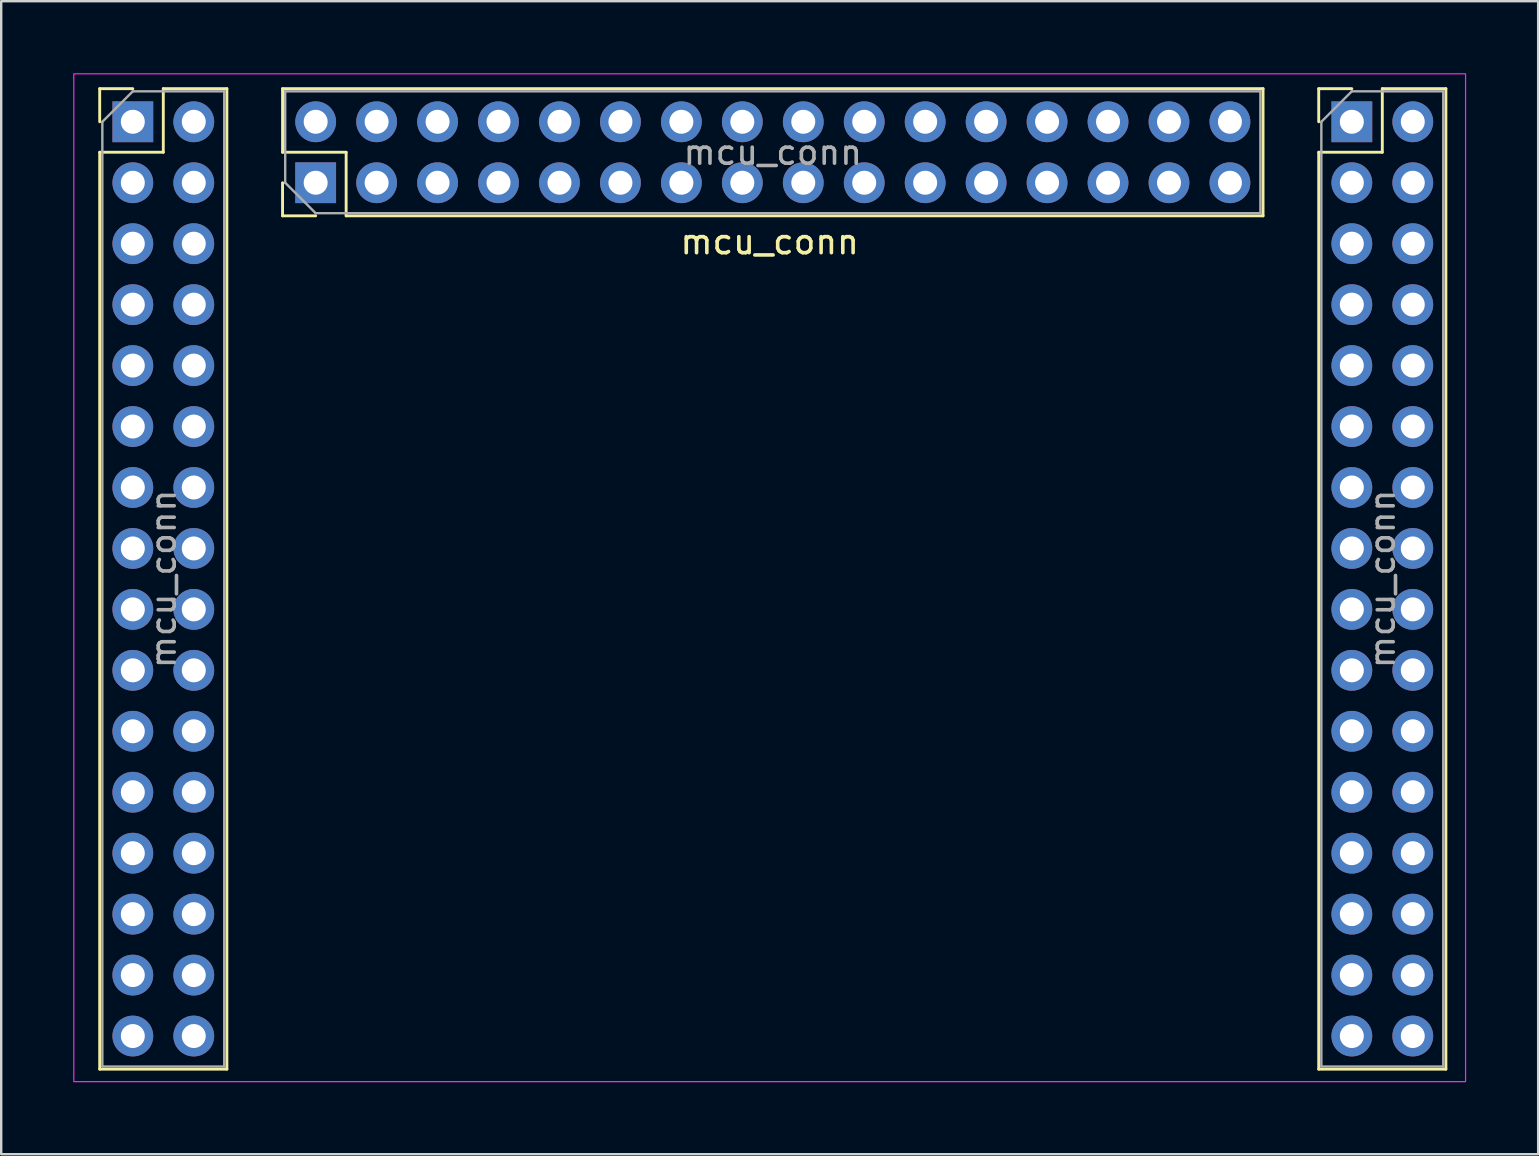
<source format=kicad_pcb>
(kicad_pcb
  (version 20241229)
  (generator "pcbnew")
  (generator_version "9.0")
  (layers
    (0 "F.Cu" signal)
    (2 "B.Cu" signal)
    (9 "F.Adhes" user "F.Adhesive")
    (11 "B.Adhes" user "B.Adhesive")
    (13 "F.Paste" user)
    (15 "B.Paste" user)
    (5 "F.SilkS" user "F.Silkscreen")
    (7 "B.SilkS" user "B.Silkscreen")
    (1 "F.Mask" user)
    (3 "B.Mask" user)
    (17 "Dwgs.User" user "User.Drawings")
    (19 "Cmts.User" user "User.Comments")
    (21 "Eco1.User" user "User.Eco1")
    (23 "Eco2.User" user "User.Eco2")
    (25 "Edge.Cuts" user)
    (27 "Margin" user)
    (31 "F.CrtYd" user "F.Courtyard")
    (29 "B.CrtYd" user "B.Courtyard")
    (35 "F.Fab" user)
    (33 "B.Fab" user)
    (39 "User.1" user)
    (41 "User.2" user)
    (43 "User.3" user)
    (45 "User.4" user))
  (footprint "mcu_conn"
    (layer "F.Cu")
    (at 29.025 22.025)
    (property "Reference" "mcu_conn" (at 0 -15 0) (layer "F.SilkS") (effects (font (size 1 1) (thickness 0.15))))
    (attr through_hole)
    (fp_line (start -27.92 -21.38) (end -26.54 -21.38) (stroke (width 0.12) (type solid)) (layer "F.SilkS"))
    (fp_line (start -27.92 -20) (end -27.92 -21.38) (stroke (width 0.12) (type solid)) (layer "F.SilkS"))
    (fp_line (start -27.92 -18.73) (end -27.92 19.48) (stroke (width 0.12) (type solid)) (layer "F.SilkS"))
    (fp_line (start -27.92 -18.73) (end -25.27 -18.73) (stroke (width 0.12) (type solid)) (layer "F.SilkS"))
    (fp_line (start -27.92 19.48) (end -22.62 19.48) (stroke (width 0.12) (type solid)) (layer "F.SilkS"))
    (fp_line (start -25.27 -21.38) (end -22.62 -21.38) (stroke (width 0.12) (type solid)) (layer "F.SilkS"))
    (fp_line (start -25.27 -18.73) (end -25.27 -21.38) (stroke (width 0.12) (type solid)) (layer "F.SilkS"))
    (fp_line (start -22.62 -21.38) (end -22.62 19.48) (stroke (width 0.12) (type solid)) (layer "F.SilkS"))
    (fp_line (start -20.3 -21.38) (end 20.56 -21.38) (stroke (width 0.12) (type solid)) (layer "F.SilkS"))
    (fp_line (start -20.3 -18.73) (end -20.3 -21.38) (stroke (width 0.12) (type solid)) (layer "F.SilkS"))
    (fp_line (start -20.3 -16.08) (end -20.3 -17.46) (stroke (width 0.12) (type solid)) (layer "F.SilkS"))
    (fp_line (start -18.92 -16.08) (end -20.3 -16.08) (stroke (width 0.12) (type solid)) (layer "F.SilkS"))
    (fp_line (start -17.65 -18.73) (end -20.3 -18.73) (stroke (width 0.12) (type solid)) (layer "F.SilkS"))
    (fp_line (start -17.65 -16.08) (end -17.65 -18.73) (stroke (width 0.12) (type solid)) (layer "F.SilkS"))
    (fp_line (start -17.65 -16.08) (end 20.56 -16.08) (stroke (width 0.12) (type solid)) (layer "F.SilkS"))
    (fp_line (start 20.56 -16.08) (end 20.56 -21.38) (stroke (width 0.12) (type solid)) (layer "F.SilkS"))
    (fp_line (start 22.88 -21.38) (end 24.26 -21.38) (stroke (width 0.12) (type solid)) (layer "F.SilkS"))
    (fp_line (start 22.88 -20) (end 22.88 -21.38) (stroke (width 0.12) (type solid)) (layer "F.SilkS"))
    (fp_line (start 22.88 -18.73) (end 22.88 19.48) (stroke (width 0.12) (type solid)) (layer "F.SilkS"))
    (fp_line (start 22.88 -18.73) (end 25.53 -18.73) (stroke (width 0.12) (type solid)) (layer "F.SilkS"))
    (fp_line (start 22.88 19.48) (end 28.18 19.48) (stroke (width 0.12) (type solid)) (layer "F.SilkS"))
    (fp_line (start 25.53 -21.38) (end 28.18 -21.38) (stroke (width 0.12) (type solid)) (layer "F.SilkS"))
    (fp_line (start 25.53 -18.73) (end 25.53 -21.38) (stroke (width 0.12) (type solid)) (layer "F.SilkS"))
    (fp_line (start 28.18 -21.38) (end 28.18 19.48) (stroke (width 0.12) (type solid)) (layer "F.SilkS"))
    (fp_rect (start -29 -22) (end 29 20) (stroke (width 0.05) (type default)) (fill no) (layer "F.CrtYd"))
    (fp_line (start -27.81 -20) (end -26.54 -21.27) (stroke (width 0.1) (type solid)) (layer "F.Fab"))
    (fp_line (start -27.81 19.37) (end -27.81 -20) (stroke (width 0.1) (type solid)) (layer "F.Fab"))
    (fp_line (start -26.54 -21.27) (end -22.73 -21.27) (stroke (width 0.1) (type solid)) (layer "F.Fab"))
    (fp_line (start -22.73 -21.27) (end -22.73 19.37) (stroke (width 0.1) (type solid)) (layer "F.Fab"))
    (fp_line (start -22.73 19.37) (end -27.81 19.37) (stroke (width 0.1) (type solid)) (layer "F.Fab"))
    (fp_line (start -20.19 -21.27) (end 20.45 -21.27) (stroke (width 0.1) (type solid)) (layer "F.Fab"))
    (fp_line (start -20.19 -17.46) (end -20.19 -21.27) (stroke (width 0.1) (type solid)) (layer "F.Fab"))
    (fp_line (start -18.92 -16.19) (end -20.19 -17.46) (stroke (width 0.1) (type solid)) (layer "F.Fab"))
    (fp_line (start 20.45 -21.27) (end 20.45 -16.19) (stroke (width 0.1) (type solid)) (layer "F.Fab"))
    (fp_line (start 20.45 -16.19) (end -18.92 -16.19) (stroke (width 0.1) (type solid)) (layer "F.Fab"))
    (fp_line (start 22.99 -20) (end 24.26 -21.27) (stroke (width 0.1) (type solid)) (layer "F.Fab"))
    (fp_line (start 22.99 19.37) (end 22.99 -20) (stroke (width 0.1) (type solid)) (layer "F.Fab"))
    (fp_line (start 24.26 -21.27) (end 28.07 -21.27) (stroke (width 0.1) (type solid)) (layer "F.Fab"))
    (fp_line (start 28.07 -21.27) (end 28.07 19.37) (stroke (width 0.1) (type solid)) (layer "F.Fab"))
    (fp_line (start 28.07 19.37) (end 22.99 19.37) (stroke (width 0.1) (type solid)) (layer "F.Fab"))
    (fp_text user "${REFERENCE}" (at -25.27 -0.95 90) (layer "F.Fab") (effects (font (size 1 1) (thickness 0.15))))
    (fp_text user "${REFERENCE}" (at 25.53 -0.95 90) (layer "F.Fab") (effects (font (size 1 1) (thickness 0.15))))
    (fp_text user "${REFERENCE}" (at 0.13 -18.73 180) (layer "F.Fab") (effects (font (size 1 1) (thickness 0.15))))
    (pad "1" thru_hole rect (at -26.54 -20) (size 1.7 1.7) (drill 1) (layers "*.Cu" "*.Mask"))
    (pad "2" thru_hole circle (at -24 -20) (size 1.7 1.7) (drill 1) (layers "*.Cu" "*.Mask"))
    (pad "3" thru_hole circle (at -26.54 -17.46) (size 1.7 1.7) (drill 1) (layers "*.Cu" "*.Mask"))
    (pad "4" thru_hole circle (at -24 -17.46) (size 1.7 1.7) (drill 1) (layers "*.Cu" "*.Mask"))
    (pad "5" thru_hole circle (at -26.54 -14.92) (size 1.7 1.7) (drill 1) (layers "*.Cu" "*.Mask"))
    (pad "6" thru_hole circle (at -24 -14.92) (size 1.7 1.7) (drill 1) (layers "*.Cu" "*.Mask"))
    (pad "7" thru_hole circle (at -26.54 -12.38) (size 1.7 1.7) (drill 1) (layers "*.Cu" "*.Mask"))
    (pad "8" thru_hole circle (at -24 -12.38) (size 1.7 1.7) (drill 1) (layers "*.Cu" "*.Mask"))
    (pad "9" thru_hole circle (at -26.54 -9.84) (size 1.7 1.7) (drill 1) (layers "*.Cu" "*.Mask"))
    (pad "10" thru_hole circle (at -24 -9.84) (size 1.7 1.7) (drill 1) (layers "*.Cu" "*.Mask"))
    (pad "11" thru_hole circle (at -26.54 -7.3) (size 1.7 1.7) (drill 1) (layers "*.Cu" "*.Mask"))
    (pad "12" thru_hole circle (at -24 -7.3) (size 1.7 1.7) (drill 1) (layers "*.Cu" "*.Mask"))
    (pad "13" thru_hole circle (at -26.54 -4.76) (size 1.7 1.7) (drill 1) (layers "*.Cu" "*.Mask"))
    (pad "14" thru_hole circle (at -24 -4.76) (size 1.7 1.7) (drill 1) (layers "*.Cu" "*.Mask"))
    (pad "15" thru_hole circle (at -26.54 -2.22) (size 1.7 1.7) (drill 1) (layers "*.Cu" "*.Mask"))
    (pad "16" thru_hole circle (at -24 -2.22) (size 1.7 1.7) (drill 1) (layers "*.Cu" "*.Mask"))
    (pad "17" thru_hole circle (at -26.54 0.32) (size 1.7 1.7) (drill 1) (layers "*.Cu" "*.Mask"))
    (pad "18" thru_hole circle (at -24 0.32) (size 1.7 1.7) (drill 1) (layers "*.Cu" "*.Mask"))
    (pad "19" thru_hole circle (at -26.54 2.86) (size 1.7 1.7) (drill 1) (layers "*.Cu" "*.Mask"))
    (pad "20" thru_hole circle (at -24 2.86) (size 1.7 1.7) (drill 1) (layers "*.Cu" "*.Mask"))
    (pad "21" thru_hole circle (at -26.54 5.4) (size 1.7 1.7) (drill 1) (layers "*.Cu" "*.Mask"))
    (pad "22" thru_hole circle (at -24 5.4) (size 1.7 1.7) (drill 1) (layers "*.Cu" "*.Mask"))
    (pad "23" thru_hole circle (at -26.54 7.94) (size 1.7 1.7) (drill 1) (layers "*.Cu" "*.Mask"))
    (pad "24" thru_hole circle (at -24 7.94) (size 1.7 1.7) (drill 1) (layers "*.Cu" "*.Mask"))
    (pad "25" thru_hole circle (at -26.54 10.48) (size 1.7 1.7) (drill 1) (layers "*.Cu" "*.Mask"))
    (pad "26" thru_hole circle (at -24 10.48) (size 1.7 1.7) (drill 1) (layers "*.Cu" "*.Mask"))
    (pad "27" thru_hole circle (at -26.54 13.02) (size 1.7 1.7) (drill 1) (layers "*.Cu" "*.Mask"))
    (pad "28" thru_hole circle (at -24 13.02) (size 1.7 1.7) (drill 1) (layers "*.Cu" "*.Mask"))
    (pad "29" thru_hole circle (at -26.54 15.56) (size 1.7 1.7) (drill 1) (layers "*.Cu" "*.Mask"))
    (pad "30" thru_hole circle (at -24 15.56) (size 1.7 1.7) (drill 1) (layers "*.Cu" "*.Mask"))
    (pad "31" thru_hole circle (at -26.54 18.1) (size 1.7 1.7) (drill 1) (layers "*.Cu" "*.Mask"))
    (pad "32" thru_hole circle (at -24 18.1) (size 1.7 1.7) (drill 1) (layers "*.Cu" "*.Mask"))
    (pad "33" thru_hole rect (at -18.92 -17.46 90) (size 1.7 1.7) (drill 1) (layers "*.Cu" "*.Mask"))
    (pad "34" thru_hole circle (at -18.92 -20 90) (size 1.7 1.7) (drill 1) (layers "*.Cu" "*.Mask"))
    (pad "35" thru_hole circle (at -16.38 -17.46 90) (size 1.7 1.7) (drill 1) (layers "*.Cu" "*.Mask"))
    (pad "36" thru_hole circle (at -16.38 -20 90) (size 1.7 1.7) (drill 1) (layers "*.Cu" "*.Mask"))
    (pad "37" thru_hole circle (at -13.84 -17.46 90) (size 1.7 1.7) (drill 1) (layers "*.Cu" "*.Mask"))
    (pad "38" thru_hole circle (at -13.84 -20 90) (size 1.7 1.7) (drill 1) (layers "*.Cu" "*.Mask"))
    (pad "39" thru_hole circle (at -11.3 -17.46 90) (size 1.7 1.7) (drill 1) (layers "*.Cu" "*.Mask"))
    (pad "40" thru_hole circle (at -11.3 -20 90) (size 1.7 1.7) (drill 1) (layers "*.Cu" "*.Mask"))
    (pad "41" thru_hole circle (at -8.76 -17.46 90) (size 1.7 1.7) (drill 1) (layers "*.Cu" "*.Mask"))
    (pad "42" thru_hole circle (at -8.76 -20 90) (size 1.7 1.7) (drill 1) (layers "*.Cu" "*.Mask"))
    (pad "43" thru_hole circle (at -6.22 -17.46 90) (size 1.7 1.7) (drill 1) (layers "*.Cu" "*.Mask"))
    (pad "44" thru_hole circle (at -6.22 -20 90) (size 1.7 1.7) (drill 1) (layers "*.Cu" "*.Mask"))
    (pad "45" thru_hole circle (at -3.68 -17.46 90) (size 1.7 1.7) (drill 1) (layers "*.Cu" "*.Mask"))
    (pad "46" thru_hole circle (at -3.68 -20 90) (size 1.7 1.7) (drill 1) (layers "*.Cu" "*.Mask"))
    (pad "47" thru_hole circle (at -1.14 -17.46 90) (size 1.7 1.7) (drill 1) (layers "*.Cu" "*.Mask"))
    (pad "48" thru_hole circle (at -1.14 -20 90) (size 1.7 1.7) (drill 1) (layers "*.Cu" "*.Mask"))
    (pad "49" thru_hole circle (at 1.4 -17.46 90) (size 1.7 1.7) (drill 1) (layers "*.Cu" "*.Mask"))
    (pad "50" thru_hole circle (at 1.4 -20 90) (size 1.7 1.7) (drill 1) (layers "*.Cu" "*.Mask"))
    (pad "51" thru_hole circle (at 3.94 -17.46 90) (size 1.7 1.7) (drill 1) (layers "*.Cu" "*.Mask"))
    (pad "52" thru_hole circle (at 3.94 -20 90) (size 1.7 1.7) (drill 1) (layers "*.Cu" "*.Mask"))
    (pad "53" thru_hole circle (at 6.48 -17.46 90) (size 1.7 1.7) (drill 1) (layers "*.Cu" "*.Mask"))
    (pad "54" thru_hole circle (at 6.48 -20 90) (size 1.7 1.7) (drill 1) (layers "*.Cu" "*.Mask"))
    (pad "55" thru_hole circle (at 9.02 -17.46 90) (size 1.7 1.7) (drill 1) (layers "*.Cu" "*.Mask"))
    (pad "56" thru_hole circle (at 9.02 -20 90) (size 1.7 1.7) (drill 1) (layers "*.Cu" "*.Mask"))
    (pad "57" thru_hole circle (at 11.56 -17.46 90) (size 1.7 1.7) (drill 1) (layers "*.Cu" "*.Mask"))
    (pad "58" thru_hole circle (at 11.56 -20 90) (size 1.7 1.7) (drill 1) (layers "*.Cu" "*.Mask"))
    (pad "59" thru_hole circle (at 14.1 -17.46 90) (size 1.7 1.7) (drill 1) (layers "*.Cu" "*.Mask"))
    (pad "60" thru_hole circle (at 14.1 -20 90) (size 1.7 1.7) (drill 1) (layers "*.Cu" "*.Mask"))
    (pad "61" thru_hole circle (at 16.64 -17.46 90) (size 1.7 1.7) (drill 1) (layers "*.Cu" "*.Mask"))
    (pad "62" thru_hole circle (at 16.64 -20 90) (size 1.7 1.7) (drill 1) (layers "*.Cu" "*.Mask"))
    (pad "63" thru_hole circle (at 19.18 -17.46 90) (size 1.7 1.7) (drill 1) (layers "*.Cu" "*.Mask"))
    (pad "64" thru_hole circle (at 19.18 -20 90) (size 1.7 1.7) (drill 1) (layers "*.Cu" "*.Mask"))
    (pad "65" thru_hole rect (at 24.26 -20) (size 1.7 1.7) (drill 1) (layers "*.Cu" "*.Mask"))
    (pad "66" thru_hole circle (at 26.8 -20) (size 1.7 1.7) (drill 1) (layers "*.Cu" "*.Mask"))
    (pad "67" thru_hole circle (at 24.26 -17.46) (size 1.7 1.7) (drill 1) (layers "*.Cu" "*.Mask"))
    (pad "68" thru_hole circle (at 26.8 -17.46) (size 1.7 1.7) (drill 1) (layers "*.Cu" "*.Mask"))
    (pad "69" thru_hole circle (at 24.26 -14.92) (size 1.7 1.7) (drill 1) (layers "*.Cu" "*.Mask"))
    (pad "70" thru_hole circle (at 26.8 -14.92) (size 1.7 1.7) (drill 1) (layers "*.Cu" "*.Mask"))
    (pad "71" thru_hole circle (at 24.26 -12.38) (size 1.7 1.7) (drill 1) (layers "*.Cu" "*.Mask"))
    (pad "72" thru_hole circle (at 26.8 -12.38) (size 1.7 1.7) (drill 1) (layers "*.Cu" "*.Mask"))
    (pad "73" thru_hole circle (at 24.26 -9.84) (size 1.7 1.7) (drill 1) (layers "*.Cu" "*.Mask"))
    (pad "74" thru_hole circle (at 26.8 -9.84) (size 1.7 1.7) (drill 1) (layers "*.Cu" "*.Mask"))
    (pad "75" thru_hole circle (at 24.26 -7.3) (size 1.7 1.7) (drill 1) (layers "*.Cu" "*.Mask"))
    (pad "76" thru_hole circle (at 26.8 -7.3) (size 1.7 1.7) (drill 1) (layers "*.Cu" "*.Mask"))
    (pad "77" thru_hole circle (at 24.26 -4.76) (size 1.7 1.7) (drill 1) (layers "*.Cu" "*.Mask"))
    (pad "78" thru_hole circle (at 26.8 -4.76) (size 1.7 1.7) (drill 1) (layers "*.Cu" "*.Mask"))
    (pad "79" thru_hole circle (at 24.26 -2.22) (size 1.7 1.7) (drill 1) (layers "*.Cu" "*.Mask"))
    (pad "80" thru_hole circle (at 26.8 -2.22) (size 1.7 1.7) (drill 1) (layers "*.Cu" "*.Mask"))
    (pad "81" thru_hole circle (at 24.26 0.32) (size 1.7 1.7) (drill 1) (layers "*.Cu" "*.Mask"))
    (pad "82" thru_hole circle (at 26.8 0.32) (size 1.7 1.7) (drill 1) (layers "*.Cu" "*.Mask"))
    (pad "83" thru_hole circle (at 24.26 2.86) (size 1.7 1.7) (drill 1) (layers "*.Cu" "*.Mask"))
    (pad "84" thru_hole circle (at 26.8 2.86) (size 1.7 1.7) (drill 1) (layers "*.Cu" "*.Mask"))
    (pad "85" thru_hole circle (at 24.26 5.4) (size 1.7 1.7) (drill 1) (layers "*.Cu" "*.Mask"))
    (pad "86" thru_hole circle (at 26.8 5.4) (size 1.7 1.7) (drill 1) (layers "*.Cu" "*.Mask"))
    (pad "87" thru_hole circle (at 24.26 7.94) (size 1.7 1.7) (drill 1) (layers "*.Cu" "*.Mask"))
    (pad "88" thru_hole circle (at 26.8 7.94) (size 1.7 1.7) (drill 1) (layers "*.Cu" "*.Mask"))
    (pad "89" thru_hole circle (at 24.26 10.48) (size 1.7 1.7) (drill 1) (layers "*.Cu" "*.Mask"))
    (pad "90" thru_hole circle (at 26.8 10.48) (size 1.7 1.7) (drill 1) (layers "*.Cu" "*.Mask"))
    (pad "91" thru_hole circle (at 24.26 13.02) (size 1.7 1.7) (drill 1) (layers "*.Cu" "*.Mask"))
    (pad "92" thru_hole circle (at 26.8 13.02) (size 1.7 1.7) (drill 1) (layers "*.Cu" "*.Mask"))
    (pad "93" thru_hole circle (at 24.26 15.56) (size 1.7 1.7) (drill 1) (layers "*.Cu" "*.Mask"))
    (pad "94" thru_hole circle (at 26.8 15.56) (size 1.7 1.7) (drill 1) (layers "*.Cu" "*.Mask"))
    (pad "95" thru_hole circle (at 24.26 18.1) (size 1.7 1.7) (drill 1) (layers "*.Cu" "*.Mask"))
    (pad "96" thru_hole circle (at 26.8 18.1) (size 1.7 1.7) (drill 1) (layers "*.Cu" "*.Mask")))
  (gr_rect
    (start -3 -3)
    (end 61.05 45.05)
    (stroke (width 0.1) (type default))
    (fill no)
    (layer "Edge.Cuts")))
</source>
